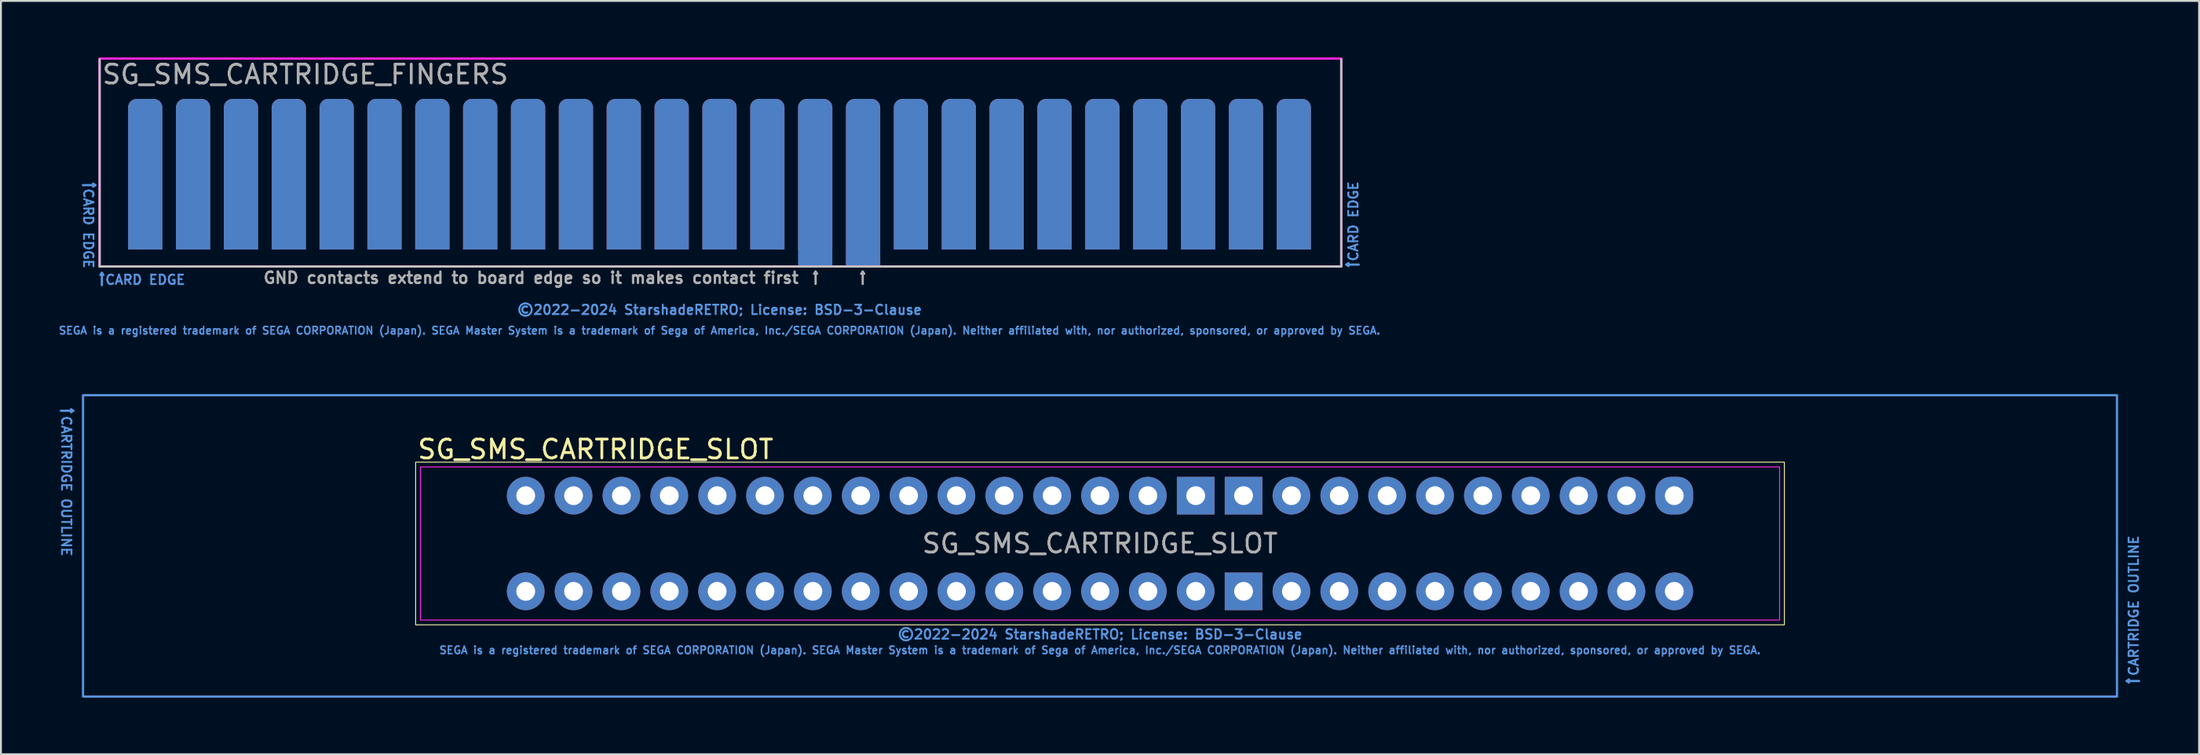
<source format=kicad_pcb>
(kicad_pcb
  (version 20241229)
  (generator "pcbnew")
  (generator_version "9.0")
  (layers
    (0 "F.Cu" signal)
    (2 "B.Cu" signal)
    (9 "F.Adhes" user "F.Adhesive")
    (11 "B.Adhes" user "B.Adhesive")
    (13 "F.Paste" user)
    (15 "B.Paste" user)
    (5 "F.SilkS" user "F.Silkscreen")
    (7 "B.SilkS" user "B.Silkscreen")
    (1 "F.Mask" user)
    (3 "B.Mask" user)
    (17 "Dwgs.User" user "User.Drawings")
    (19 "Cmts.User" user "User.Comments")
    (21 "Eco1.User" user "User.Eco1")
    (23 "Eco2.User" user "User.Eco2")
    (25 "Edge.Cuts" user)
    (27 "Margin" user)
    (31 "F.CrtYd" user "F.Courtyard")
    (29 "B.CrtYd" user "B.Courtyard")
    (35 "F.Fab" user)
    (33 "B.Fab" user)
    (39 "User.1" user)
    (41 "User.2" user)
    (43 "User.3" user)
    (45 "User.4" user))
  (footprint "SG_SMS_CARTRIDGE_FINGERS"
    (layer "F.Cu")
    (at 35.137 6.2)
    (property "Reference" "SG_SMS_CARTRIDGE_FINGERS" (at -32.84 -5.3 0) (unlocked yes) (layer "F.Fab") (effects (font (size 1 1) (thickness 0.15)) (justify left)))
    (attr exclude_from_pos_files exclude_from_bom)
    (fp_line (start -32.9 -6.096) (end -32.9 4.9) (stroke (width 0.12) (type solid)) (layer "Dwgs.User"))
    (fp_line (start -32.9 4.9) (end 33 4.9) (stroke (width 0.12) (type solid)) (layer "Dwgs.User"))
    (fp_line (start 33 4.9) (end 33 -6.096) (stroke (width 0.12) (type solid)) (layer "Dwgs.User"))
    (fp_line (start -33.785 0.58) (end -33.135 0.58) (stroke (width 0.12) (type solid)) (layer "Cmts.User"))
    (fp_line (start -33.135 0.58) (end -33.245 0.5) (stroke (width 0.12) (type solid)) (layer "Cmts.User"))
    (fp_line (start -33.135 0.58) (end -33.245 0.66) (stroke (width 0.12) (type solid)) (layer "Cmts.User"))
    (fp_line (start -32.78 5.24) (end -32.86 5.35) (stroke (width 0.12) (type solid)) (layer "Cmts.User"))
    (fp_line (start -32.78 5.24) (end -32.7 5.35) (stroke (width 0.12) (type solid)) (layer "Cmts.User"))
    (fp_line (start -32.78 5.89) (end -32.78 5.24) (stroke (width 0.12) (type solid)) (layer "Cmts.User"))
    (fp_line (start 33.275 4.8) (end 33.385 4.72) (stroke (width 0.12) (type solid)) (layer "Cmts.User"))
    (fp_line (start 33.275 4.8) (end 33.385 4.88) (stroke (width 0.12) (type solid)) (layer "Cmts.User"))
    (fp_line (start 33.925 4.8) (end 33.275 4.8) (stroke (width 0.12) (type solid)) (layer "Cmts.User"))
    (fp_rect (start -32.9 4.9) (end 33 -6.14) (stroke (width 0.12) (type solid)) (fill no) (layer "F.CrtYd"))
    (fp_line (start 5.1 5.175) (end 5.02 5.285) (stroke (width 0.12) (type solid)) (layer "F.Fab"))
    (fp_line (start 5.1 5.175) (end 5.18 5.285) (stroke (width 0.12) (type solid)) (layer "F.Fab"))
    (fp_line (start 5.1 5.825) (end 5.1 5.175) (stroke (width 0.12) (type solid)) (layer "F.Fab"))
    (fp_line (start 7.6 5.175) (end 7.52 5.285) (stroke (width 0.12) (type solid)) (layer "F.Fab"))
    (fp_line (start 7.6 5.175) (end 7.68 5.285) (stroke (width 0.12) (type solid)) (layer "F.Fab"))
    (fp_line (start 7.6 5.825) (end 7.6 5.175) (stroke (width 0.12) (type solid)) (layer "F.Fab"))
    (fp_text user "SEGA is a registered trademark of SEGA CORPORATION (Japan). SEGA Master System is a trademark of Sega of America, Inc./SEGA CORPORATION (Japan). Neither affiliated with, nor authorized, sponsored, or approved by SEGA." (at 0 8.3 0) (layer "Cmts.User") (effects (font (size 0.4 0.4) (thickness 0.08))))
    (fp_text user "CARD EDGE" (at -33.5 2.88 270) (unlocked yes) (layer "Cmts.User") (effects (font (size 0.5 0.5) (thickness 0.1))))
    (fp_text user "CARD EDGE" (at 33.64 2.5 90) (unlocked yes) (layer "Cmts.User") (effects (font (size 0.5 0.5) (thickness 0.1))))
    (fp_text user "©2022-2024 StarshadeRETRO; License: BSD-3-Clause" (at 0 7.2 0) (layer "Cmts.User") (effects (font (size 0.5 0.5) (thickness 0.1))))
    (fp_text user "CARD EDGE" (at -30.48 5.605 0) (unlocked yes) (layer "Cmts.User") (effects (font (size 0.5 0.5) (thickness 0.1))))
    (fp_text user "GND contacts extend to board edge so it makes contact first" (at -10 5.5 0) (unlocked yes) (layer "F.Fab") (effects (font (size 0.6 0.6) (thickness 0.125))))
    (pad "1" connect roundrect (at 30.48 0) (size 1.82 8) (layers "B.Cu" "B.Mask") (roundrect_rratio 0.25) (chamfer_ratio 0) (chamfer bottom_left bottom_right))
    (pad "2" connect roundrect (at 30.48 0) (size 1.82 8) (layers "F.Cu" "F.Mask") (roundrect_rratio 0.25) (chamfer_ratio 0) (chamfer bottom_left bottom_right))
    (pad "3" connect roundrect (at 27.94 0) (size 1.82 8) (layers "B.Cu" "B.Mask") (roundrect_rratio 0.25) (chamfer_ratio 0) (chamfer bottom_left bottom_right))
    (pad "4" connect roundrect (at 27.94 0) (size 1.82 8) (layers "F.Cu" "F.Mask") (roundrect_rratio 0.25) (chamfer_ratio 0) (chamfer bottom_left bottom_right))
    (pad "5" connect roundrect (at 25.4 0) (size 1.82 8) (layers "B.Cu" "B.Mask") (roundrect_rratio 0.25) (chamfer_ratio 0) (chamfer bottom_left bottom_right))
    (pad "6" connect roundrect (at 25.4 0) (size 1.82 8) (layers "F.Cu" "F.Mask") (roundrect_rratio 0.25) (chamfer_ratio 0) (chamfer bottom_left bottom_right))
    (pad "7" connect roundrect (at 22.86 0) (size 1.82 8) (layers "B.Cu" "B.Mask") (roundrect_rratio 0.25) (chamfer_ratio 0) (chamfer bottom_left bottom_right))
    (pad "8" connect roundrect (at 22.86 0) (size 1.82 8) (layers "F.Cu" "F.Mask") (roundrect_rratio 0.25) (chamfer_ratio 0) (chamfer bottom_left bottom_right))
    (pad "9" connect roundrect (at 20.32 0) (size 1.82 8) (layers "B.Cu" "B.Mask") (roundrect_rratio 0.25) (chamfer_ratio 0) (chamfer bottom_left bottom_right))
    (pad "10" connect roundrect (at 20.32 0) (size 1.82 8) (layers "F.Cu" "F.Mask") (roundrect_rratio 0.25) (chamfer_ratio 0) (chamfer bottom_left bottom_right))
    (pad "11" connect roundrect (at 17.78 0) (size 1.82 8) (layers "B.Cu" "B.Mask") (roundrect_rratio 0.25) (chamfer_ratio 0) (chamfer bottom_left bottom_right))
    (pad "12" connect roundrect (at 17.78 0) (size 1.82 8) (layers "F.Cu" "F.Mask") (roundrect_rratio 0.25) (chamfer_ratio 0) (chamfer bottom_left bottom_right))
    (pad "13" connect roundrect (at 15.24 0) (size 1.82 8) (layers "B.Cu" "B.Mask") (roundrect_rratio 0.25) (chamfer_ratio 0) (chamfer bottom_left bottom_right))
    (pad "14" connect roundrect (at 15.24 0) (size 1.82 8) (layers "F.Cu" "F.Mask") (roundrect_rratio 0.25) (chamfer_ratio 0) (chamfer bottom_left bottom_right))
    (pad "15" connect roundrect (at 12.7 0) (size 1.82 8) (layers "B.Cu" "B.Mask") (roundrect_rratio 0.25) (chamfer_ratio 0) (chamfer bottom_left bottom_right))
    (pad "16" connect roundrect (at 12.7 0) (size 1.82 8) (layers "F.Cu" "F.Mask") (roundrect_rratio 0.25) (chamfer_ratio 0) (chamfer bottom_left bottom_right))
    (pad "17" connect roundrect (at 10.16 0) (size 1.82 8) (layers "B.Cu" "B.Mask") (roundrect_rratio 0.25) (chamfer_ratio 0) (chamfer bottom_left bottom_right))
    (pad "18" connect roundrect (at 10.16 0) (size 1.82 8) (layers "F.Cu" "F.Mask") (roundrect_rratio 0.25) (chamfer_ratio 0) (chamfer bottom_left bottom_right))
    (pad "19" connect roundrect (at 7.62 0.45) (size 1.82 8.9) (layers "B.Cu" "B.Mask") (roundrect_rratio 0.25) (chamfer_ratio 0) (chamfer bottom_left bottom_right))
    (pad "20" connect roundrect (at 7.62 0.45) (size 1.82 8.9) (layers "F.Cu" "F.Mask") (roundrect_rratio 0.25) (chamfer_ratio 0) (chamfer bottom_left bottom_right))
    (pad "21" connect roundrect (at 5.08 0.45) (size 1.82 8.9) (layers "B.Cu" "B.Mask") (roundrect_rratio 0.25) (chamfer_ratio 0) (chamfer bottom_left bottom_right))
    (pad "22" connect roundrect (at 5.08 0) (size 1.82 8) (layers "F.Cu" "F.Mask") (roundrect_rratio 0.25) (chamfer_ratio 0) (chamfer bottom_left bottom_right))
    (pad "23" connect roundrect (at 2.54 0) (size 1.82 8) (layers "B.Cu" "B.Mask") (roundrect_rratio 0.25) (chamfer_ratio 0) (chamfer bottom_left bottom_right))
    (pad "24" connect roundrect (at 2.54 0) (size 1.82 8) (layers "F.Cu" "F.Mask") (roundrect_rratio 0.25) (chamfer_ratio 0) (chamfer bottom_left bottom_right))
    (pad "25" connect roundrect (at 0 0) (size 1.82 8) (layers "B.Cu" "B.Mask") (roundrect_rratio 0.25) (chamfer_ratio 0) (chamfer bottom_left bottom_right))
    (pad "26" connect roundrect (at 0 0) (size 1.82 8) (layers "F.Cu" "F.Mask") (roundrect_rratio 0.25) (chamfer_ratio 0) (chamfer bottom_left bottom_right))
    (pad "27" connect roundrect (at -2.54 0) (size 1.82 8) (layers "B.Cu" "B.Mask") (roundrect_rratio 0.25) (chamfer_ratio 0) (chamfer bottom_left bottom_right))
    (pad "28" connect roundrect (at -2.54 0) (size 1.82 8) (layers "F.Cu" "F.Mask") (roundrect_rratio 0.25) (chamfer_ratio 0) (chamfer bottom_left bottom_right))
    (pad "29" connect roundrect (at -5.08 0) (size 1.82 8) (layers "B.Cu" "B.Mask") (roundrect_rratio 0.25) (chamfer_ratio 0) (chamfer bottom_left bottom_right))
    (pad "30" connect roundrect (at -5.08 0) (size 1.82 8) (layers "F.Cu" "F.Mask") (roundrect_rratio 0.25) (chamfer_ratio 0) (chamfer bottom_left bottom_right))
    (pad "31" connect roundrect (at -7.62 0) (size 1.82 8) (layers "B.Cu" "B.Mask") (roundrect_rratio 0.25) (chamfer_ratio 0) (chamfer bottom_left bottom_right))
    (pad "32" connect roundrect (at -7.62 0) (size 1.82 8) (layers "F.Cu" "F.Mask") (roundrect_rratio 0.25) (chamfer_ratio 0) (chamfer bottom_left bottom_right))
    (pad "33" connect roundrect (at -10.16 0) (size 1.82 8) (layers "B.Cu" "B.Mask") (roundrect_rratio 0.25) (chamfer_ratio 0) (chamfer bottom_left bottom_right))
    (pad "34" connect roundrect (at -10.16 0) (size 1.82 8) (layers "F.Cu" "F.Mask") (roundrect_rratio 0.25) (chamfer_ratio 0) (chamfer bottom_left bottom_right))
    (pad "35" connect roundrect (at -12.7 0) (size 1.82 8) (layers "B.Cu" "B.Mask") (roundrect_rratio 0.25) (chamfer_ratio 0) (chamfer bottom_left bottom_right))
    (pad "36" connect roundrect (at -12.7 0) (size 1.82 8) (layers "F.Cu" "F.Mask") (roundrect_rratio 0.25) (chamfer_ratio 0) (chamfer bottom_left bottom_right))
    (pad "37" connect roundrect (at -15.24 0) (size 1.82 8) (layers "B.Cu" "B.Mask") (roundrect_rratio 0.25) (chamfer_ratio 0) (chamfer bottom_left bottom_right))
    (pad "38" connect roundrect (at -15.24 0) (size 1.82 8) (layers "F.Cu" "F.Mask") (roundrect_rratio 0.25) (chamfer_ratio 0) (chamfer bottom_left bottom_right))
    (pad "39" connect roundrect (at -17.78 0) (size 1.82 8) (layers "B.Cu" "B.Mask") (roundrect_rratio 0.25) (chamfer_ratio 0) (chamfer bottom_left bottom_right))
    (pad "40" connect roundrect (at -17.78 0) (size 1.82 8) (layers "F.Cu" "F.Mask") (roundrect_rratio 0.25) (chamfer_ratio 0) (chamfer bottom_left bottom_right))
    (pad "41" connect roundrect (at -20.32 0) (size 1.82 8) (layers "B.Cu" "B.Mask") (roundrect_rratio 0.25) (chamfer_ratio 0) (chamfer bottom_left bottom_right))
    (pad "42" connect roundrect (at -20.32 0) (size 1.82 8) (layers "F.Cu" "F.Mask") (roundrect_rratio 0.25) (chamfer_ratio 0) (chamfer bottom_left bottom_right))
    (pad "43" connect roundrect (at -22.86 0) (size 1.82 8) (layers "B.Cu" "B.Mask") (roundrect_rratio 0.25) (chamfer_ratio 0) (chamfer bottom_left bottom_right))
    (pad "44" connect roundrect (at -22.86 0) (size 1.82 8) (layers "F.Cu" "F.Mask") (roundrect_rratio 0.25) (chamfer_ratio 0) (chamfer bottom_left bottom_right))
    (pad "45" connect roundrect (at -25.4 0) (size 1.82 8) (layers "B.Cu" "B.Mask") (roundrect_rratio 0.25) (chamfer_ratio 0) (chamfer bottom_left bottom_right))
    (pad "46" connect roundrect (at -25.4 0) (size 1.82 8) (layers "F.Cu" "F.Mask") (roundrect_rratio 0.25) (chamfer_ratio 0) (chamfer bottom_left bottom_right))
    (pad "47" connect roundrect (at -27.94 0) (size 1.82 8) (layers "B.Cu" "B.Mask") (roundrect_rratio 0.25) (chamfer_ratio 0) (chamfer bottom_left bottom_right))
    (pad "48" connect roundrect (at -27.94 0) (size 1.82 8) (layers "F.Cu" "F.Mask") (roundrect_rratio 0.25) (chamfer_ratio 0) (chamfer bottom_left bottom_right))
    (pad "49" connect roundrect (at -30.48 0) (size 1.82 8) (layers "B.Cu" "B.Mask") (roundrect_rratio 0.25) (chamfer_ratio 0) (chamfer bottom_left bottom_right))
    (pad "50" connect roundrect (at -30.48 0) (size 1.82 8) (layers "F.Cu" "F.Mask") (roundrect_rratio 0.25) (chamfer_ratio 0) (chamfer bottom_left bottom_right)))
  (footprint "SG_SMS_CARTRIDGE_SLOT"
    (layer "F.Cu")
    (at 55.332 25.808)
    (property "Reference" "SG_SMS_CARTRIDGE_SLOT" (at -36.3 -5 0) (unlocked yes) (layer "F.SilkS") (effects (font (size 1 1) (thickness 0.15)) (justify left)))
    (attr through_hole)
    (fp_poly (pts (xy -36.322 -4.318) (xy -36.322 4.318) (xy 36.322 4.318) (xy 36.322 -4.318)) (stroke (width 0.05) (type solid)) (fill no) (layer "F.SilkS"))
    (fp_line (start -55.149 -7.048) (end -54.499 -7.048) (stroke (width 0.12) (type solid)) (layer "Cmts.User"))
    (fp_line (start -54.499 -7.048) (end -54.609 -7.128) (stroke (width 0.12) (type solid)) (layer "Cmts.User"))
    (fp_line (start -54.499 -7.048) (end -54.609 -6.968) (stroke (width 0.12) (type solid)) (layer "Cmts.User"))
    (fp_line (start 54.499 7.302) (end 54.609 7.222) (stroke (width 0.12) (type solid)) (layer "Cmts.User"))
    (fp_line (start 54.499 7.302) (end 54.609 7.382) (stroke (width 0.12) (type solid)) (layer "Cmts.User"))
    (fp_line (start 55.149 7.302) (end 54.499 7.302) (stroke (width 0.12) (type solid)) (layer "Cmts.User"))
    (fp_rect (start -53.975 -7.874) (end 53.975 8.128) (stroke (width 0.12) (type solid)) (fill no) (layer "Cmts.User"))
    (fp_poly (pts (xy -36.068 -4.064) (xy -36.068 4.064) (xy 36.068 4.064) (xy 36.068 -4.064)) (stroke (width 0.05) (type solid)) (fill no) (layer "F.CrtYd"))
    (fp_text user "CARTRIDGE OUTLINE" (at 54.864 3.302 90) (unlocked yes) (layer "Cmts.User") (effects (font (size 0.5 0.5) (thickness 0.1))))
    (fp_text user "SEGA is a registered trademark of SEGA CORPORATION (Japan). SEGA Master System is a trademark of Sega of America, Inc./SEGA CORPORATION (Japan). Neither affiliated with, nor authorized, sponsored, or approved by SEGA." (at 0 5.664 0) (layer "Cmts.User") (effects (font (size 0.4 0.4) (thickness 0.08))))
    (fp_text user "©2022-2024 StarshadeRETRO; License: BSD-3-Clause" (at 0 4.826 0) (layer "Cmts.User") (effects (font (size 0.5 0.5) (thickness 0.1))))
    (fp_text user "CARTRIDGE OUTLINE" (at -54.864 -3.048 270) (unlocked yes) (layer "Cmts.User") (effects (font (size 0.5 0.5) (thickness 0.1))))
    (fp_text user "${REFERENCE}" (at 0 0 0) (unlocked yes) (layer "F.Fab") (effects (font (size 1 1) (thickness 0.15))))
    (pad "1" thru_hole roundrect (at 30.48 -2.54) (size 2 2) (drill 1) (layers "*.Cu" "*.Mask") (remove_unused_layers yes) (keep_end_layers yes) (zone_layer_connections) (roundrect_rratio 0.4))
    (pad "2" thru_hole circle (at 30.48 2.54) (size 2 2) (drill 1) (layers "*.Cu" "*.Mask") (remove_unused_layers yes) (keep_end_layers yes) (zone_layer_connections))
    (pad "3" thru_hole circle (at 27.94 -2.54) (size 2 2) (drill 1) (layers "*.Cu" "*.Mask") (remove_unused_layers yes) (keep_end_layers yes) (zone_layer_connections))
    (pad "4" thru_hole circle (at 27.94 2.54) (size 2 2) (drill 1) (layers "*.Cu" "*.Mask") (remove_unused_layers yes) (keep_end_layers yes) (zone_layer_connections))
    (pad "5" thru_hole circle (at 25.4 -2.54) (size 2 2) (drill 1) (layers "*.Cu" "*.Mask") (remove_unused_layers yes) (keep_end_layers yes) (zone_layer_connections))
    (pad "6" thru_hole circle (at 25.4 2.54) (size 2 2) (drill 1) (layers "*.Cu" "*.Mask") (remove_unused_layers yes) (keep_end_layers yes) (zone_layer_connections))
    (pad "7" thru_hole circle (at 22.86 -2.54) (size 2 2) (drill 1) (layers "*.Cu" "*.Mask") (remove_unused_layers yes) (keep_end_layers yes) (zone_layer_connections))
    (pad "8" thru_hole circle (at 22.86 2.54) (size 2 2) (drill 1) (layers "*.Cu" "*.Mask") (remove_unused_layers yes) (keep_end_layers yes) (zone_layer_connections))
    (pad "9" thru_hole circle (at 20.32 -2.54) (size 2 2) (drill 1) (layers "*.Cu" "*.Mask") (remove_unused_layers yes) (keep_end_layers yes) (zone_layer_connections))
    (pad "10" thru_hole circle (at 20.32 2.54) (size 2 2) (drill 1) (layers "*.Cu" "*.Mask") (remove_unused_layers yes) (keep_end_layers yes) (zone_layer_connections))
    (pad "11" thru_hole circle (at 17.78 -2.54) (size 2 2) (drill 1) (layers "*.Cu" "*.Mask") (remove_unused_layers yes) (keep_end_layers yes) (zone_layer_connections))
    (pad "12" thru_hole circle (at 17.78 2.54) (size 2 2) (drill 1) (layers "*.Cu" "*.Mask") (remove_unused_layers yes) (keep_end_layers yes) (zone_layer_connections))
    (pad "13" thru_hole circle (at 15.24 -2.54) (size 2 2) (drill 1) (layers "*.Cu" "*.Mask") (remove_unused_layers yes) (keep_end_layers yes) (zone_layer_connections))
    (pad "14" thru_hole circle (at 15.24 2.54) (size 2 2) (drill 1) (layers "*.Cu" "*.Mask") (remove_unused_layers yes) (keep_end_layers yes) (zone_layer_connections))
    (pad "15" thru_hole circle (at 12.7 -2.54) (size 2 2) (drill 1) (layers "*.Cu" "*.Mask") (remove_unused_layers yes) (keep_end_layers yes) (zone_layer_connections))
    (pad "16" thru_hole circle (at 12.7 2.54) (size 2 2) (drill 1) (layers "*.Cu" "*.Mask") (remove_unused_layers yes) (keep_end_layers yes) (zone_layer_connections))
    (pad "17" thru_hole circle (at 10.16 -2.54) (size 2 2) (drill 1) (layers "*.Cu" "*.Mask") (remove_unused_layers yes) (keep_end_layers yes) (zone_layer_connections))
    (pad "18" thru_hole circle (at 10.16 2.54) (size 2 2) (drill 1) (layers "*.Cu" "*.Mask") (remove_unused_layers yes) (keep_end_layers yes) (zone_layer_connections))
    (pad "19" thru_hole rect (at 7.62 -2.54) (size 2 2) (drill 1) (layers "*.Cu" "*.Mask") (remove_unused_layers yes) (keep_end_layers yes) (zone_layer_connections))
    (pad "20" thru_hole rect (at 7.62 2.54) (size 2 2) (drill 1) (layers "*.Cu" "*.Mask") (remove_unused_layers yes) (keep_end_layers yes) (zone_layer_connections))
    (pad "21" thru_hole rect (at 5.08 -2.54) (size 2 2) (drill 1) (layers "*.Cu" "*.Mask") (remove_unused_layers yes) (keep_end_layers yes) (zone_layer_connections))
    (pad "22" thru_hole circle (at 5.08 2.54) (size 2 2) (drill 1) (layers "*.Cu" "*.Mask") (remove_unused_layers yes) (keep_end_layers yes) (zone_layer_connections))
    (pad "23" thru_hole circle (at 2.54 -2.54) (size 2 2) (drill 1) (layers "*.Cu" "*.Mask") (remove_unused_layers yes) (keep_end_layers yes) (zone_layer_connections))
    (pad "24" thru_hole circle (at 2.54 2.54) (size 2 2) (drill 1) (layers "*.Cu" "*.Mask") (remove_unused_layers yes) (keep_end_layers yes) (zone_layer_connections))
    (pad "25" thru_hole circle (at 0 -2.54) (size 2 2) (drill 1) (layers "*.Cu" "*.Mask") (remove_unused_layers yes) (keep_end_layers yes) (zone_layer_connections))
    (pad "26" thru_hole circle (at 0 2.54) (size 2 2) (drill 1) (layers "*.Cu" "*.Mask") (remove_unused_layers yes) (keep_end_layers yes) (zone_layer_connections))
    (pad "27" thru_hole circle (at -2.54 -2.54) (size 2 2) (drill 1) (layers "*.Cu" "*.Mask") (remove_unused_layers yes) (keep_end_layers yes) (zone_layer_connections))
    (pad "28" thru_hole circle (at -2.54 2.54) (size 2 2) (drill 1) (layers "*.Cu" "*.Mask") (remove_unused_layers yes) (keep_end_layers yes) (zone_layer_connections))
    (pad "29" thru_hole circle (at -5.08 -2.54) (size 2 2) (drill 1) (layers "*.Cu" "*.Mask") (remove_unused_layers yes) (keep_end_layers yes) (zone_layer_connections))
    (pad "30" thru_hole circle (at -5.08 2.54) (size 2 2) (drill 1) (layers "*.Cu" "*.Mask") (remove_unused_layers yes) (keep_end_layers yes) (zone_layer_connections))
    (pad "31" thru_hole circle (at -7.62 -2.54) (size 2 2) (drill 1) (layers "*.Cu" "*.Mask") (remove_unused_layers yes) (keep_end_layers yes) (zone_layer_connections))
    (pad "32" thru_hole circle (at -7.62 2.54) (size 2 2) (drill 1) (layers "*.Cu" "*.Mask") (remove_unused_layers yes) (keep_end_layers yes) (zone_layer_connections))
    (pad "33" thru_hole circle (at -10.16 -2.54) (size 2 2) (drill 1) (layers "*.Cu" "*.Mask") (remove_unused_layers yes) (keep_end_layers yes) (zone_layer_connections))
    (pad "34" thru_hole circle (at -10.16 2.54) (size 2 2) (drill 1) (layers "*.Cu" "*.Mask") (remove_unused_layers yes) (keep_end_layers yes) (zone_layer_connections))
    (pad "35" thru_hole circle (at -12.7 -2.54) (size 2 2) (drill 1) (layers "*.Cu" "*.Mask") (remove_unused_layers yes) (keep_end_layers yes) (zone_layer_connections))
    (pad "36" thru_hole circle (at -12.7 2.54) (size 2 2) (drill 1) (layers "*.Cu" "*.Mask") (remove_unused_layers yes) (keep_end_layers yes) (zone_layer_connections))
    (pad "37" thru_hole circle (at -15.24 -2.54) (size 2 2) (drill 1) (layers "*.Cu" "*.Mask") (remove_unused_layers yes) (keep_end_layers yes) (zone_layer_connections))
    (pad "38" thru_hole circle (at -15.24 2.54) (size 2 2) (drill 1) (layers "*.Cu" "*.Mask") (remove_unused_layers yes) (keep_end_layers yes) (zone_layer_connections))
    (pad "39" thru_hole circle (at -17.78 -2.54) (size 2 2) (drill 1) (layers "*.Cu" "*.Mask") (remove_unused_layers yes) (keep_end_layers yes) (zone_layer_connections))
    (pad "40" thru_hole circle (at -17.78 2.54) (size 2 2) (drill 1) (layers "*.Cu" "*.Mask") (remove_unused_layers yes) (keep_end_layers yes) (zone_layer_connections))
    (pad "41" thru_hole circle (at -20.32 -2.54) (size 2 2) (drill 1) (layers "*.Cu" "*.Mask") (remove_unused_layers yes) (keep_end_layers yes) (zone_layer_connections))
    (pad "42" thru_hole circle (at -20.32 2.54) (size 2 2) (drill 1) (layers "*.Cu" "*.Mask") (remove_unused_layers yes) (keep_end_layers yes) (zone_layer_connections))
    (pad "43" thru_hole circle (at -22.86 -2.54) (size 2 2) (drill 1) (layers "*.Cu" "*.Mask") (remove_unused_layers yes) (keep_end_layers yes) (zone_layer_connections))
    (pad "44" thru_hole circle (at -22.86 2.54) (size 2 2) (drill 1) (layers "*.Cu" "*.Mask") (remove_unused_layers yes) (keep_end_layers yes) (zone_layer_connections))
    (pad "45" thru_hole circle (at -25.4 -2.54) (size 2 2) (drill 1) (layers "*.Cu" "*.Mask") (remove_unused_layers yes) (keep_end_layers yes) (zone_layer_connections))
    (pad "46" thru_hole circle (at -25.4 2.54) (size 2 2) (drill 1) (layers "*.Cu" "*.Mask") (remove_unused_layers yes) (keep_end_layers yes) (zone_layer_connections))
    (pad "47" thru_hole circle (at -27.94 -2.54) (size 2 2) (drill 1) (layers "*.Cu" "*.Mask") (remove_unused_layers yes) (keep_end_layers yes) (zone_layer_connections))
    (pad "48" thru_hole circle (at -27.94 2.54) (size 2 2) (drill 1) (layers "*.Cu" "*.Mask") (remove_unused_layers yes) (keep_end_layers yes) (zone_layer_connections))
    (pad "49" thru_hole circle (at -30.48 -2.54) (size 2 2) (drill 1) (layers "*.Cu" "*.Mask") (remove_unused_layers yes) (keep_end_layers yes) (zone_layer_connections))
    (pad "50" thru_hole circle (at -30.48 2.54) (size 2 2) (drill 1) (layers "*.Cu" "*.Mask") (remove_unused_layers yes) (keep_end_layers yes) (zone_layer_connections)))
  (gr_rect
    (start -3 -3)
    (end 113.664 36.996)
    (stroke (width 0.1) (type default))
    (fill no)
    (layer "Edge.Cuts")))
</source>
